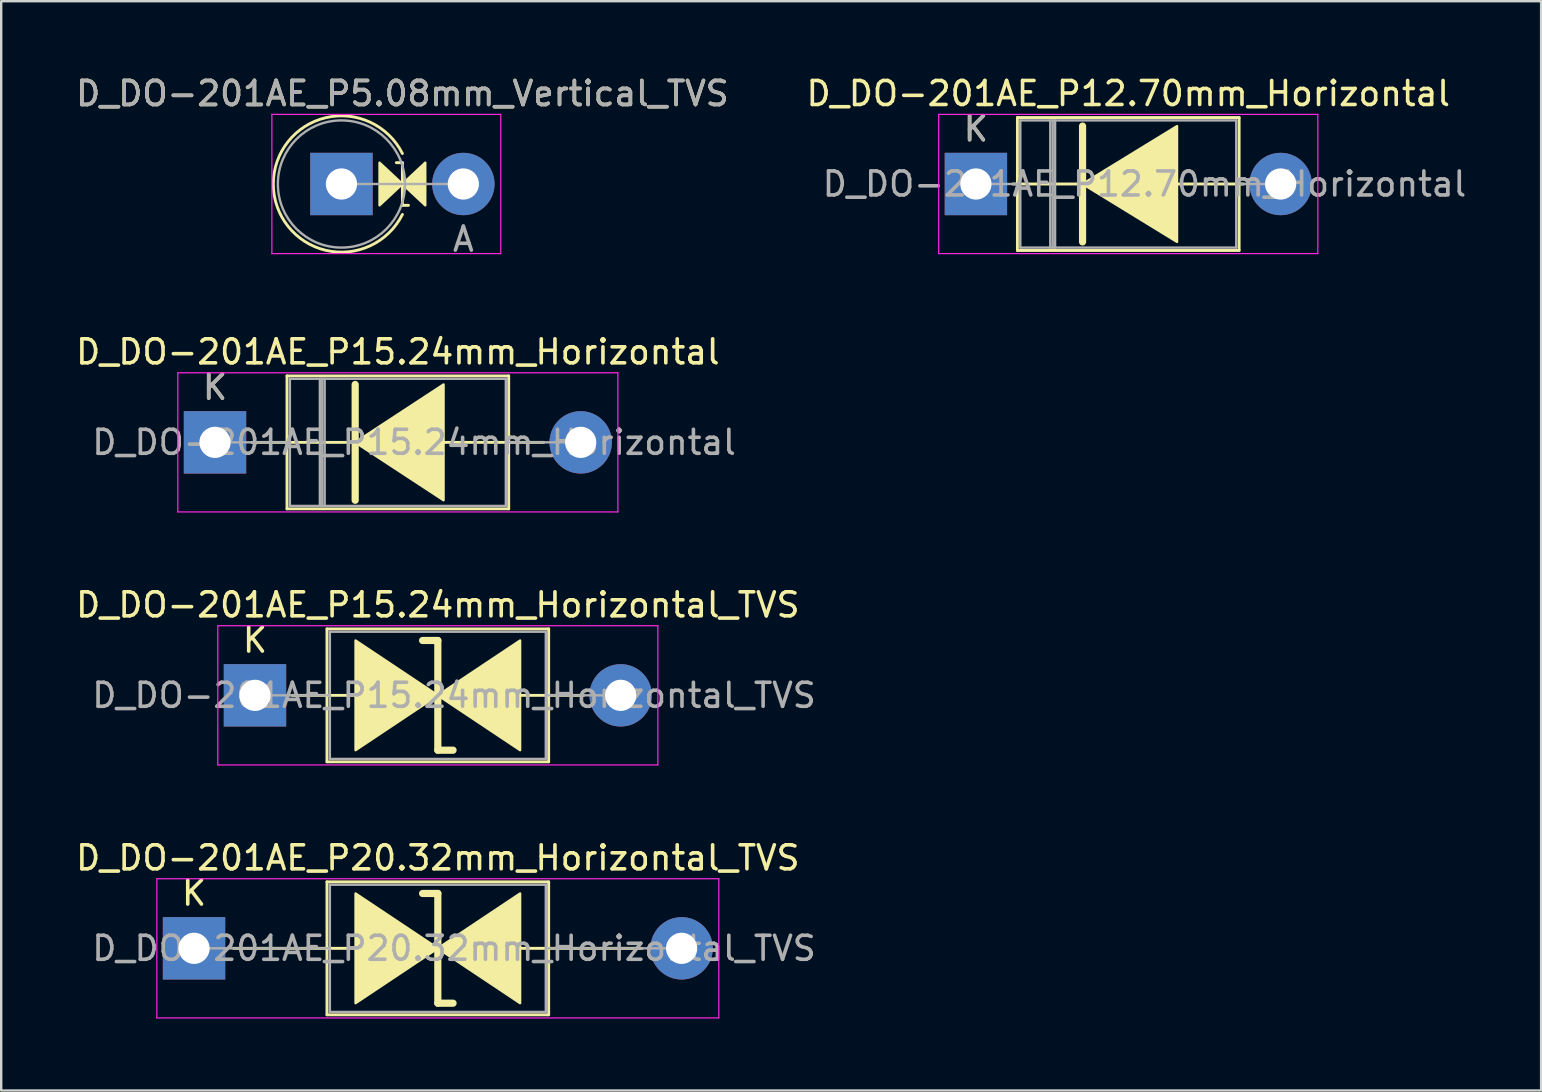
<source format=kicad_pcb>
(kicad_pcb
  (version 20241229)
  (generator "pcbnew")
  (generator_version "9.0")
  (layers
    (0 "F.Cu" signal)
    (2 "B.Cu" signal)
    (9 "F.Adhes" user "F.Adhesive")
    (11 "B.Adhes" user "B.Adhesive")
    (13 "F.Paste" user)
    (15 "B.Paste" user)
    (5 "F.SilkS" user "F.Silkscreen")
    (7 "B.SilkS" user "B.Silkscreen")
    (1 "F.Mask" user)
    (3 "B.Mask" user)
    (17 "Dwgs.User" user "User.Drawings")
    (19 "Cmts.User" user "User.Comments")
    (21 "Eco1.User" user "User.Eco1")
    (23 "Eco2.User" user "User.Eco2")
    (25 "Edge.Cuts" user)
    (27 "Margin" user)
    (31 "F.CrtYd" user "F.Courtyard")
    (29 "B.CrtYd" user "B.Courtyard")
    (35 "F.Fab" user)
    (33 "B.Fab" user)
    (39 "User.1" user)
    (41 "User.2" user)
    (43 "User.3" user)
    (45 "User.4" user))
  (footprint "D_DO-201AE_P12.70mm_Horizontal"
    (layer "F.Cu")
    (at 37.62 4.618)
    (property "Reference" "D_DO-201AE_P12.70mm_Horizontal" (at 6.35 -3.77 0) (layer "F.SilkS") (effects (font (size 1 1) (thickness 0.15))))
    (attr through_hole)
    (fp_line (start 1.54 0) (end 1.73 0) (stroke (width 0.12) (type solid)) (layer "F.SilkS"))
    (fp_line (start 1.73 -2.77) (end 1.73 2.77) (stroke (width 0.12) (type solid)) (layer "F.SilkS"))
    (fp_line (start 1.73 2.77) (end 10.97 2.77) (stroke (width 0.12) (type solid)) (layer "F.SilkS"))
    (fp_line (start 4.445 -2.413) (end 4.445 2.413) (stroke (width 0.3) (type solid)) (layer "F.SilkS"))
    (fp_line (start 4.699 0) (end 1.73 0) (stroke (width 0.12) (type solid)) (layer "F.SilkS"))
    (fp_line (start 8.255 0) (end 10.97 0) (stroke (width 0.12) (type solid)) (layer "F.SilkS"))
    (fp_line (start 10.97 -2.77) (end 1.73 -2.77) (stroke (width 0.12) (type solid)) (layer "F.SilkS"))
    (fp_line (start 10.97 2.77) (end 10.97 -2.77) (stroke (width 0.12) (type solid)) (layer "F.SilkS"))
    (fp_line (start 11.16 0) (end 10.97 0) (stroke (width 0.12) (type solid)) (layer "F.SilkS"))
    (fp_poly (pts (xy 8.382 2.413) (xy 4.445 0) (xy 8.382 -2.413)) (stroke (width 0.1) (type solid)) (fill yes) (layer "F.SilkS"))
    (fp_line (start -1.55 -2.9) (end -1.55 2.9) (stroke (width 0.05) (type solid)) (layer "F.CrtYd"))
    (fp_line (start -1.55 2.9) (end 14.25 2.9) (stroke (width 0.05) (type solid)) (layer "F.CrtYd"))
    (fp_line (start 14.25 -2.9) (end -1.55 -2.9) (stroke (width 0.05) (type solid)) (layer "F.CrtYd"))
    (fp_line (start 14.25 2.9) (end 14.25 -2.9) (stroke (width 0.05) (type solid)) (layer "F.CrtYd"))
    (fp_line (start 0 0) (end 1.85 0) (stroke (width 0.1) (type solid)) (layer "F.Fab"))
    (fp_line (start 1.85 -2.65) (end 1.85 2.65) (stroke (width 0.1) (type solid)) (layer "F.Fab"))
    (fp_line (start 1.85 2.65) (end 10.85 2.65) (stroke (width 0.1) (type solid)) (layer "F.Fab"))
    (fp_line (start 3.1 -2.65) (end 3.1 2.65) (stroke (width 0.1) (type solid)) (layer "F.Fab"))
    (fp_line (start 3.2 -2.65) (end 3.2 2.65) (stroke (width 0.1) (type solid)) (layer "F.Fab"))
    (fp_line (start 3.3 -2.65) (end 3.3 2.65) (stroke (width 0.1) (type solid)) (layer "F.Fab"))
    (fp_line (start 10.85 -2.65) (end 1.85 -2.65) (stroke (width 0.1) (type solid)) (layer "F.Fab"))
    (fp_line (start 10.85 2.65) (end 10.85 -2.65) (stroke (width 0.1) (type solid)) (layer "F.Fab"))
    (fp_line (start 12.7 0) (end 10.85 0) (stroke (width 0.1) (type solid)) (layer "F.Fab"))
    (fp_text user "K" (at 0 -2.3 0) (layer "F.SilkS") (effects (font (size 1 1) (thickness 0.15))))
    (fp_text user "K" (at 0 -2.3 0) (layer "F.Fab") (effects (font (size 1 1) (thickness 0.15))))
    (fp_text user "${REFERENCE}" (at 7.025 0 0) (layer "F.Fab") (effects (font (size 1 1) (thickness 0.15))))
    (pad "1" thru_hole rect (at 0 0) (size 2.6 2.6) (drill 1.3) (layers "*.Cu" "*.Mask"))
    (pad "2" thru_hole oval (at 12.7 0) (size 2.6 2.6) (drill 1.3) (layers "*.Cu" "*.Mask")))
  (footprint "D_DO-201AE_P20.32mm_Horizontal_TVS"
    (layer "F.Cu")
    (at 5.036 36.471)
    (property "Reference" "D_DO-201AE_P20.32mm_Horizontal_TVS" (at 10.16 -3.77 0) (layer "F.SilkS") (effects (font (size 1 1) (thickness 0.15))))
    (attr through_hole)
    (fp_line (start 1.651 0) (end 5.54 0) (stroke (width 0.12) (type solid)) (layer "F.SilkS"))
    (fp_line (start 5.54 -2.77) (end 5.54 2.77) (stroke (width 0.12) (type solid)) (layer "F.SilkS"))
    (fp_line (start 5.54 0) (end 6.731 0) (stroke (width 0.12) (type solid)) (layer "F.SilkS"))
    (fp_line (start 5.54 2.77) (end 14.78 2.77) (stroke (width 0.12) (type solid)) (layer "F.SilkS"))
    (fp_line (start 10.16 -2.286) (end 9.525 -2.286) (stroke (width 0.3) (type solid)) (layer "F.SilkS"))
    (fp_line (start 10.16 2.286) (end 10.16 -2.286) (stroke (width 0.3) (type solid)) (layer "F.SilkS"))
    (fp_line (start 10.795 2.286) (end 10.16 2.286) (stroke (width 0.3) (type solid)) (layer "F.SilkS"))
    (fp_line (start 13.589 0) (end 14.78 0) (stroke (width 0.12) (type solid)) (layer "F.SilkS"))
    (fp_line (start 14.78 -2.77) (end 5.54 -2.77) (stroke (width 0.12) (type solid)) (layer "F.SilkS"))
    (fp_line (start 14.78 2.77) (end 14.78 -2.77) (stroke (width 0.12) (type solid)) (layer "F.SilkS"))
    (fp_line (start 18.669 0) (end 14.78 0) (stroke (width 0.12) (type solid)) (layer "F.SilkS"))
    (fp_poly (pts (xy 10.16 0) (xy 6.731 2.286) (xy 6.731 -2.286)) (stroke (width 0.1) (type solid)) (fill yes) (layer "F.SilkS"))
    (fp_poly (pts (xy 10.16 0) (xy 13.589 -2.286) (xy 13.589 2.286)) (stroke (width 0.1) (type solid)) (fill yes) (layer "F.SilkS"))
    (fp_line (start -1.55 -2.9) (end -1.55 2.9) (stroke (width 0.05) (type solid)) (layer "F.CrtYd"))
    (fp_line (start -1.55 2.9) (end 21.87 2.9) (stroke (width 0.05) (type solid)) (layer "F.CrtYd"))
    (fp_line (start 21.87 -2.9) (end -1.55 -2.9) (stroke (width 0.05) (type solid)) (layer "F.CrtYd"))
    (fp_line (start 21.87 2.9) (end 21.87 -2.9) (stroke (width 0.05) (type solid)) (layer "F.CrtYd"))
    (fp_line (start 0 0) (end 5.66 0) (stroke (width 0.1) (type solid)) (layer "F.Fab"))
    (fp_line (start 5.66 -2.65) (end 5.66 2.65) (stroke (width 0.1) (type solid)) (layer "F.Fab"))
    (fp_line (start 5.66 2.65) (end 14.66 2.65) (stroke (width 0.1) (type solid)) (layer "F.Fab"))
    (fp_line (start 14.66 -2.65) (end 5.66 -2.65) (stroke (width 0.1) (type solid)) (layer "F.Fab"))
    (fp_line (start 14.66 2.65) (end 14.66 -2.65) (stroke (width 0.1) (type solid)) (layer "F.Fab"))
    (fp_line (start 20.32 0) (end 14.66 0) (stroke (width 0.1) (type solid)) (layer "F.Fab"))
    (fp_text user "K" (at 0 -2.3 0) (layer "F.SilkS") (effects (font (size 1 1) (thickness 0.15))))
    (fp_text user "${REFERENCE}" (at 10.835 0 0) (layer "F.Fab") (effects (font (size 1 1) (thickness 0.15))))
    (pad "1" thru_hole rect (at 0 0) (size 2.6 2.6) (drill 1.3) (layers "*.Cu" "*.Mask"))
    (pad "2" thru_hole oval (at 20.32 0) (size 2.6 2.6) (drill 1.3) (layers "*.Cu" "*.Mask")))
  (footprint "D_DO-201AE_P15.24mm_Horizontal"
    (layer "F.Cu")
    (at 5.91 15.385)
    (property "Reference" "D_DO-201AE_P15.24mm_Horizontal" (at 7.62 -3.77 0) (layer "F.SilkS") (effects (font (size 1 1) (thickness 0.15))))
    (attr through_hole)
    (fp_line (start 1.54 0) (end 3 0) (stroke (width 0.12) (type solid)) (layer "F.SilkS"))
    (fp_line (start 3 -2.77) (end 3 2.77) (stroke (width 0.12) (type solid)) (layer "F.SilkS"))
    (fp_line (start 3 2.77) (end 12.24 2.77) (stroke (width 0.12) (type solid)) (layer "F.SilkS"))
    (fp_line (start 5.842 -2.413) (end 5.842 2.413) (stroke (width 0.3) (type solid)) (layer "F.SilkS"))
    (fp_line (start 5.969 0) (end 3 0) (stroke (width 0.12) (type solid)) (layer "F.SilkS"))
    (fp_line (start 9.525 0) (end 12.24 0) (stroke (width 0.12) (type solid)) (layer "F.SilkS"))
    (fp_line (start 12.24 -2.77) (end 3 -2.77) (stroke (width 0.12) (type solid)) (layer "F.SilkS"))
    (fp_line (start 12.24 2.77) (end 12.24 -2.77) (stroke (width 0.12) (type solid)) (layer "F.SilkS"))
    (fp_line (start 13.7 0) (end 12.24 0) (stroke (width 0.12) (type solid)) (layer "F.SilkS"))
    (fp_poly (pts (xy 9.525 2.413) (xy 5.842 0) (xy 9.525 -2.413)) (stroke (width 0.1) (type solid)) (fill yes) (layer "F.SilkS"))
    (fp_line (start -1.55 -2.9) (end -1.55 2.9) (stroke (width 0.05) (type solid)) (layer "F.CrtYd"))
    (fp_line (start -1.55 2.9) (end 16.79 2.9) (stroke (width 0.05) (type solid)) (layer "F.CrtYd"))
    (fp_line (start 16.79 -2.9) (end -1.55 -2.9) (stroke (width 0.05) (type solid)) (layer "F.CrtYd"))
    (fp_line (start 16.79 2.9) (end 16.79 -2.9) (stroke (width 0.05) (type solid)) (layer "F.CrtYd"))
    (fp_line (start 0 0) (end 3.12 0) (stroke (width 0.1) (type solid)) (layer "F.Fab"))
    (fp_line (start 3.12 -2.65) (end 3.12 2.65) (stroke (width 0.1) (type solid)) (layer "F.Fab"))
    (fp_line (start 3.12 2.65) (end 12.12 2.65) (stroke (width 0.1) (type solid)) (layer "F.Fab"))
    (fp_line (start 4.37 -2.65) (end 4.37 2.65) (stroke (width 0.1) (type solid)) (layer "F.Fab"))
    (fp_line (start 4.47 -2.65) (end 4.47 2.65) (stroke (width 0.1) (type solid)) (layer "F.Fab"))
    (fp_line (start 4.57 -2.65) (end 4.57 2.65) (stroke (width 0.1) (type solid)) (layer "F.Fab"))
    (fp_line (start 12.12 -2.65) (end 3.12 -2.65) (stroke (width 0.1) (type solid)) (layer "F.Fab"))
    (fp_line (start 12.12 2.65) (end 12.12 -2.65) (stroke (width 0.1) (type solid)) (layer "F.Fab"))
    (fp_line (start 15.24 0) (end 12.12 0) (stroke (width 0.1) (type solid)) (layer "F.Fab"))
    (fp_text user "K" (at 0 -2.3 0) (layer "F.SilkS") (effects (font (size 1 1) (thickness 0.15))))
    (fp_text user "${REFERENCE}" (at 8.295 0 0) (layer "F.Fab") (effects (font (size 1 1) (thickness 0.15))))
    (fp_text user "K" (at 0 -2.3 0) (layer "F.Fab") (effects (font (size 1 1) (thickness 0.15))))
    (pad "1" thru_hole rect (at 0 0) (size 2.6 2.6) (drill 1.3) (layers "*.Cu" "*.Mask"))
    (pad "2" thru_hole oval (at 15.24 0) (size 2.6 2.6) (drill 1.3) (layers "*.Cu" "*.Mask")))
  (footprint "D_DO-201AE_P5.08mm_Vertical_TVS"
    (layer "F.Cu")
    (at 11.18 4.618)
    (property "Reference" "D_DO-201AE_P5.08mm_Vertical_TVS" (at 2.54 -3.77 0) (layer "F.SilkS") (effects (font (size 1 1) (thickness 0.15))))
    (attr through_hole)
    (fp_line (start 2.54 -0.889) (end 2.286 -0.889) (stroke (width 0.12) (type solid)) (layer "F.SilkS"))
    (fp_line (start 2.54 -0.889) (end 2.54 0.889) (stroke (width 0.12) (type solid)) (layer "F.SilkS"))
    (fp_line (start 2.54 0.889) (end 2.794 0.889) (stroke (width 0.12) (type solid)) (layer "F.SilkS"))
    (fp_arc (start 2.539999 1.27) (mid -2.839805 0) (end 2.539999 -1.269999) (stroke (width 0.12) (type solid)) (layer "F.SilkS"))
    (fp_poly (pts (xy 1.587 -0.889) (xy 2.54 0) (xy 1.587 0.889)) (stroke (width 0.1) (type solid)) (fill yes) (layer "F.SilkS"))
    (fp_poly (pts (xy 3.493 0.889) (xy 2.54 0) (xy 3.493 -0.889)) (stroke (width 0.1) (type solid)) (fill yes) (layer "F.SilkS"))
    (fp_line (start -2.9 -2.9) (end -2.9 2.9) (stroke (width 0.05) (type solid)) (layer "F.CrtYd"))
    (fp_line (start -2.9 2.9) (end 6.64 2.9) (stroke (width 0.05) (type solid)) (layer "F.CrtYd"))
    (fp_line (start 6.64 -2.9) (end -2.9 -2.9) (stroke (width 0.05) (type solid)) (layer "F.CrtYd"))
    (fp_line (start 6.64 2.9) (end 6.64 -2.9) (stroke (width 0.05) (type solid)) (layer "F.CrtYd"))
    (fp_line (start 0 0) (end 5.08 0) (stroke (width 0.1) (type solid)) (layer "F.Fab"))
    (fp_circle (center 0 0) (end 2.65 0) (stroke (width 0.1) (type solid)) (fill no) (layer "F.Fab"))
    (fp_text user "${REFERENCE}" (at 2.54 -3.77 0) (layer "F.Fab") (effects (font (size 1 1) (thickness 0.15))))
    (fp_text user "A" (at 5.08 2.3 0) (layer "F.Fab") (effects (font (size 1 1) (thickness 0.15))))
    (pad "1" thru_hole rect (at 0 0) (size 2.6 2.6) (drill 1.3) (layers "*.Cu" "*.Mask"))
    (pad "2" thru_hole oval (at 5.08 0) (size 2.6 2.6) (drill 1.3) (layers "*.Cu" "*.Mask")))
  (footprint "D_DO-201AE_P15.24mm_Horizontal_TVS"
    (layer "F.Cu")
    (at 7.576 25.928)
    (property "Reference" "D_DO-201AE_P15.24mm_Horizontal_TVS" (at 7.62 -3.77 0) (layer "F.SilkS") (effects (font (size 1 1) (thickness 0.15))))
    (attr through_hole)
    (fp_line (start 1.54 0) (end 3 0) (stroke (width 0.12) (type solid)) (layer "F.SilkS"))
    (fp_line (start 3 -2.77) (end 3 2.77) (stroke (width 0.12) (type solid)) (layer "F.SilkS"))
    (fp_line (start 3 0) (end 4.191 0) (stroke (width 0.12) (type solid)) (layer "F.SilkS"))
    (fp_line (start 3 2.77) (end 12.24 2.77) (stroke (width 0.12) (type solid)) (layer "F.SilkS"))
    (fp_line (start 7.62 -2.286) (end 6.985 -2.286) (stroke (width 0.3) (type solid)) (layer "F.SilkS"))
    (fp_line (start 7.62 2.286) (end 7.62 -2.286) (stroke (width 0.3) (type solid)) (layer "F.SilkS"))
    (fp_line (start 8.255 2.286) (end 7.62 2.286) (stroke (width 0.3) (type solid)) (layer "F.SilkS"))
    (fp_line (start 11.049 0) (end 12.24 0) (stroke (width 0.12) (type solid)) (layer "F.SilkS"))
    (fp_line (start 12.24 -2.77) (end 3 -2.77) (stroke (width 0.12) (type solid)) (layer "F.SilkS"))
    (fp_line (start 12.24 2.77) (end 12.24 -2.77) (stroke (width 0.12) (type solid)) (layer "F.SilkS"))
    (fp_line (start 13.7 0) (end 12.24 0) (stroke (width 0.12) (type solid)) (layer "F.SilkS"))
    (fp_poly (pts (xy 7.62 0) (xy 4.191 2.286) (xy 4.191 -2.286)) (stroke (width 0.1) (type solid)) (fill yes) (layer "F.SilkS"))
    (fp_poly (pts (xy 7.62 0) (xy 11.049 -2.286) (xy 11.049 2.286)) (stroke (width 0.1) (type solid)) (fill yes) (layer "F.SilkS"))
    (fp_line (start -1.55 -2.9) (end -1.55 2.9) (stroke (width 0.05) (type solid)) (layer "F.CrtYd"))
    (fp_line (start -1.55 2.9) (end 16.79 2.9) (stroke (width 0.05) (type solid)) (layer "F.CrtYd"))
    (fp_line (start 16.79 -2.9) (end -1.55 -2.9) (stroke (width 0.05) (type solid)) (layer "F.CrtYd"))
    (fp_line (start 16.79 2.9) (end 16.79 -2.9) (stroke (width 0.05) (type solid)) (layer "F.CrtYd"))
    (fp_line (start 0 0) (end 3.12 0) (stroke (width 0.1) (type solid)) (layer "F.Fab"))
    (fp_line (start 3.12 -2.65) (end 3.12 2.65) (stroke (width 0.1) (type solid)) (layer "F.Fab"))
    (fp_line (start 3.12 2.65) (end 12.12 2.65) (stroke (width 0.1) (type solid)) (layer "F.Fab"))
    (fp_line (start 12.12 -2.65) (end 3.12 -2.65) (stroke (width 0.1) (type solid)) (layer "F.Fab"))
    (fp_line (start 12.12 2.65) (end 12.12 -2.65) (stroke (width 0.1) (type solid)) (layer "F.Fab"))
    (fp_line (start 15.24 0) (end 12.12 0) (stroke (width 0.1) (type solid)) (layer "F.Fab"))
    (fp_text user "K" (at 0 -2.3 0) (layer "F.SilkS") (effects (font (size 1 1) (thickness 0.15))))
    (fp_text user "${REFERENCE}" (at 8.295 0 0) (layer "F.Fab") (effects (font (size 1 1) (thickness 0.15))))
    (pad "1" thru_hole rect (at 0 0) (size 2.6 2.6) (drill 1.3) (layers "*.Cu" "*.Mask"))
    (pad "2" thru_hole oval (at 15.24 0) (size 2.6 2.6) (drill 1.3) (layers "*.Cu" "*.Mask")))
  (gr_rect
    (start -3 -3)
    (end 61.175 42.396)
    (stroke (width 0.1) (type default))
    (fill no)
    (layer "Edge.Cuts")))
</source>
